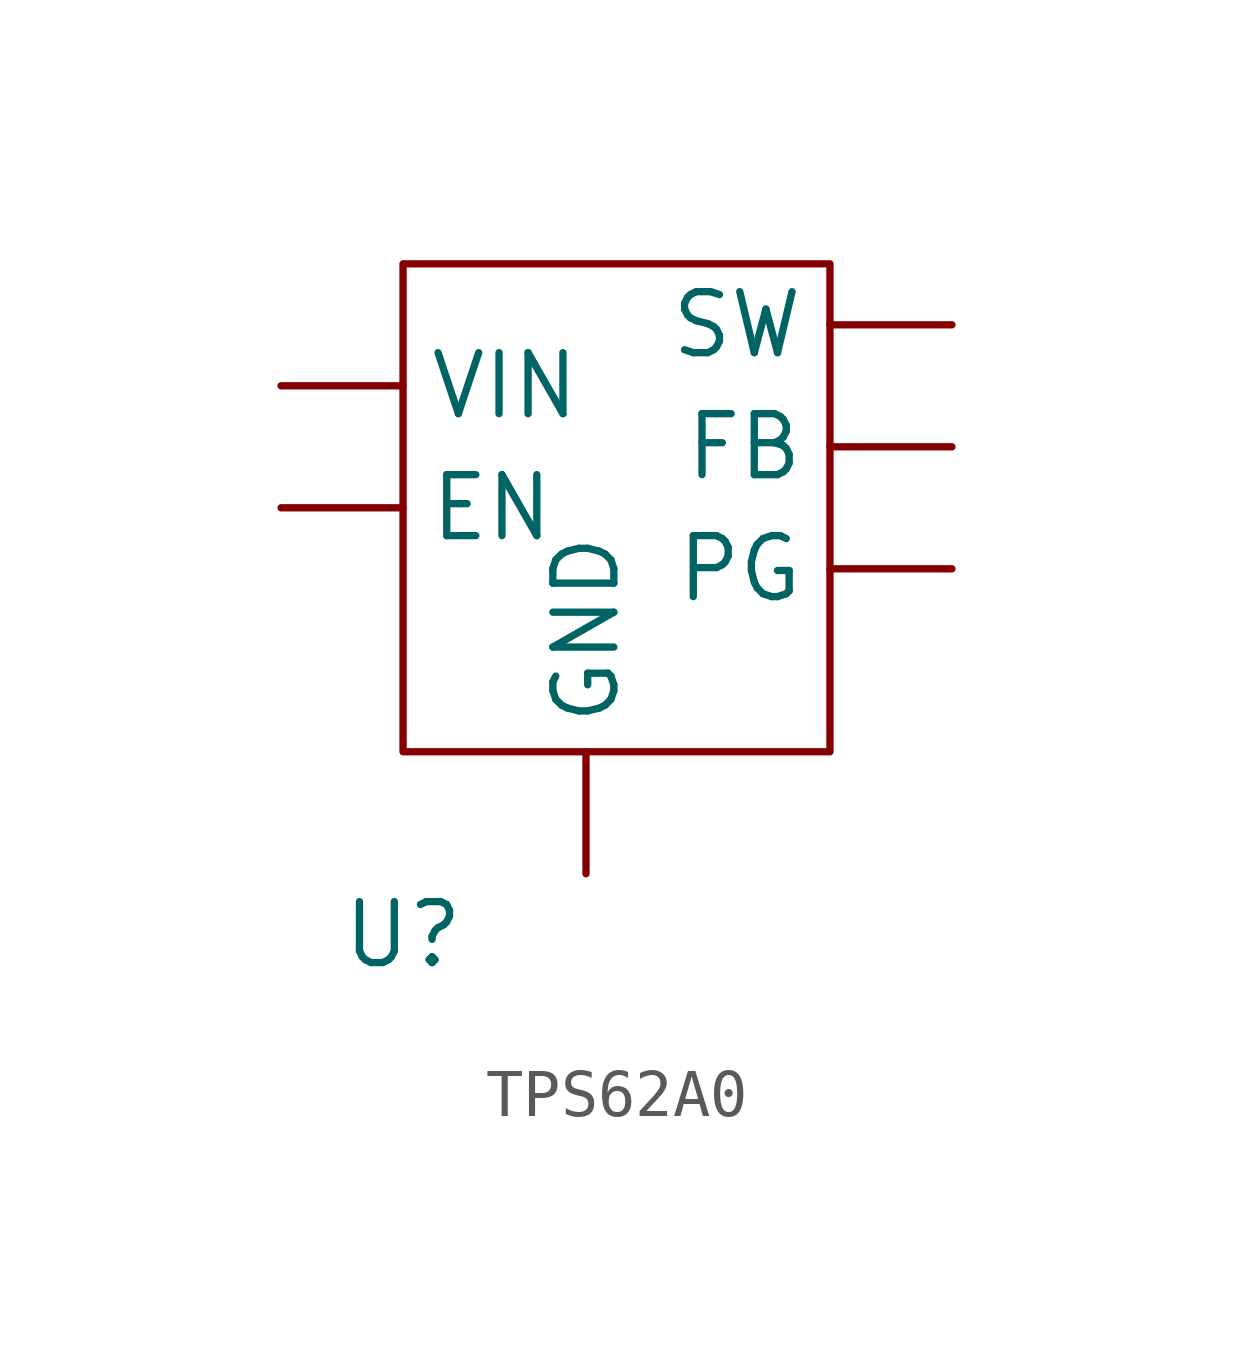
<source format=kicad_sym>
(kicad_symbol_lib
  (version 20220914)
  (generator kicad_symbol_editor)
  (symbol "TPS62A0"
    (property "Reference" "U"
      (at 0 0 0)
      (effects (font (size 1.27 1.27))))
    (property "Value" ""
      (at 0 0 0)
      (effects (font (size 1.27 1.27))))
    (symbol "TPS62A0_0_1"
      (rectangle (start 0 13.97) (end 8.89 3.81) (stroke (width 0) (type default)) (fill (type none))))
    (symbol "TPS62A0_1_1"
      (pin input line (at -2.54 8.89 0) (length 2.54) (name "EN" (effects (font (size 1.27 1.27)))) (number "" (effects (font (size 1.27 1.27)))))
      (pin input line (at 11.43 10.16 180) (length 2.54) (name "FB" (effects (font (size 1.27 1.27)))) (number "" (effects (font (size 1.27 1.27)))))
      (pin input line (at 3.81 1.27 90) (length 2.54) (name "GND" (effects (font (size 1.27 1.27)))) (number "" (effects (font (size 1.27 1.27)))))
      (pin input line (at 11.43 7.62 180) (length 2.54) (name "PG" (effects (font (size 1.27 1.27)))) (number "" (effects (font (size 1.27 1.27)))))
      (pin input line (at 11.43 12.7 180) (length 2.54) (name "SW" (effects (font (size 1.27 1.27)))) (number "" (effects (font (size 1.27 1.27)))))
      (pin input line (at -2.54 11.43 0) (length 2.54) (name "VIN" (effects (font (size 1.27 1.27)))) (number "" (effects (font (size 1.27 1.27))))))))
</source>
